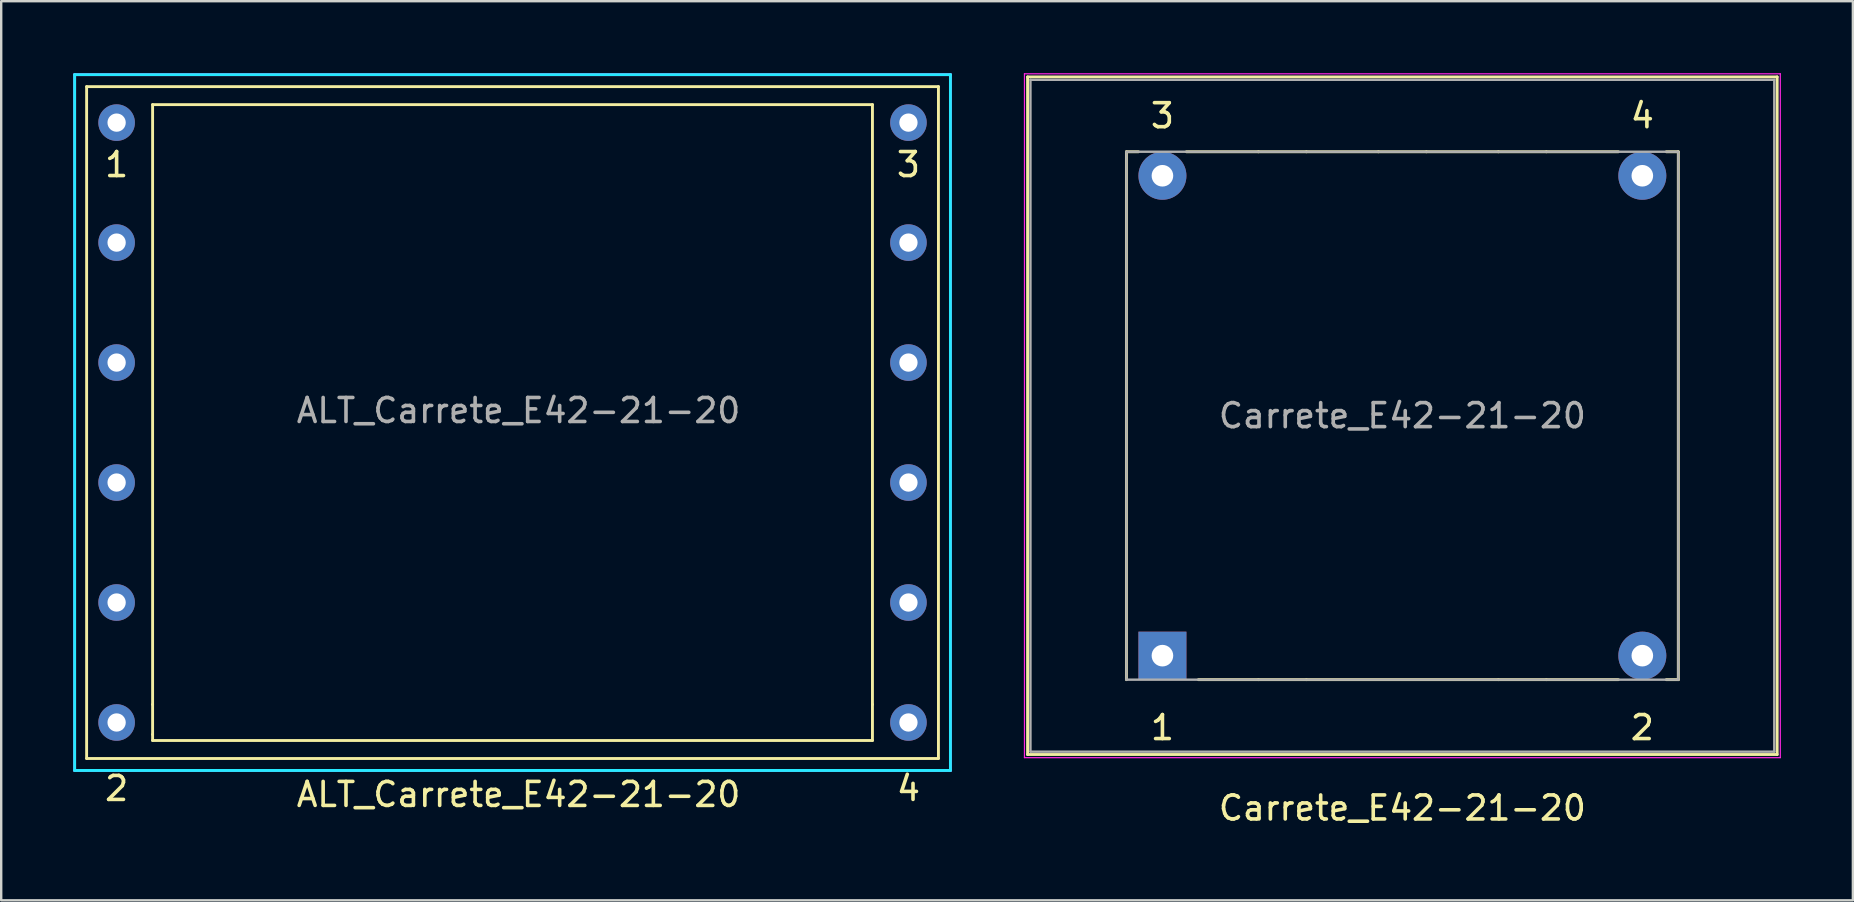
<source format=kicad_pcb>
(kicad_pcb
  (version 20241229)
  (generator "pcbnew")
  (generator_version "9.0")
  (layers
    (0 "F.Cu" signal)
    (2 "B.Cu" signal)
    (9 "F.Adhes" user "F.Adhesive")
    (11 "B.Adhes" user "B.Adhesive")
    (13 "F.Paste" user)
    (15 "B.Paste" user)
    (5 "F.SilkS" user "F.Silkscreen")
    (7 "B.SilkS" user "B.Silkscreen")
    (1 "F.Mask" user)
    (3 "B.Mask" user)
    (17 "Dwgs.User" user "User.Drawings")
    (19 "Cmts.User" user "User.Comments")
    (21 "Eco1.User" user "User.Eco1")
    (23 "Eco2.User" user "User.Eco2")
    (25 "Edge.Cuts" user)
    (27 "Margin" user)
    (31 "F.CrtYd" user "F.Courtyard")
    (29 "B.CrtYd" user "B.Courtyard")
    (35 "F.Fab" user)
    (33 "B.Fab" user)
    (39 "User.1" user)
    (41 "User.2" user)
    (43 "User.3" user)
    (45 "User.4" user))
  (footprint "ALT_Carrete_E42-21-20"
    (layer "F.Cu")
    (at 1.81 27.06)
    (property "Reference" "ALT_Carrete_E42-21-20" (at 16.75 3 0) (layer "F.SilkS") (effects (font (size 1 1) (thickness 0.15))))
    (attr through_hole)
    (fp_line (start -1.25 -26.5) (end -1.25 1.5) (stroke (width 0.12) (type solid)) (layer "F.SilkS"))
    (fp_line (start -1.25 1.5) (end 34.25 1.5) (stroke (width 0.12) (type solid)) (layer "F.SilkS"))
    (fp_line (start 1.5 -25.75) (end 31.5 -25.75) (stroke (width 0.12) (type solid)) (layer "F.SilkS"))
    (fp_line (start 1.5 -0.75) (end 1.5 -25.75) (stroke (width 0.12) (type solid)) (layer "F.SilkS"))
    (fp_line (start 1.5 0.5) (end 1.5 -0.75) (stroke (width 0.12) (type solid)) (layer "F.SilkS"))
    (fp_line (start 1.5 0.75) (end 1.5 0.5) (stroke (width 0.12) (type solid)) (layer "F.SilkS"))
    (fp_line (start 31.5 -25.75) (end 31.5 -0.75) (stroke (width 0.12) (type solid)) (layer "F.SilkS"))
    (fp_line (start 31.5 -0.75) (end 31.5 0.75) (stroke (width 0.12) (type solid)) (layer "F.SilkS"))
    (fp_line (start 31.5 0.75) (end 1.5 0.75) (stroke (width 0.12) (type solid)) (layer "F.SilkS"))
    (fp_line (start 34.25 -26.5) (end -1.25 -26.5) (stroke (width 0.12) (type solid)) (layer "F.SilkS"))
    (fp_line (start 34.25 -26.5) (end 34.25 1.5) (stroke (width 0.12) (type solid)) (layer "F.SilkS"))
    (fp_line (start -1.25 1.5) (end -1.25 -26.5) (stroke (width 0.12) (type solid)) (layer "B.Paste"))
    (fp_line (start 34.25 -26.5) (end -1.25 -26.5) (stroke (width 0.12) (type solid)) (layer "B.Paste"))
    (fp_line (start 34.25 -26.5) (end 34.25 1.5) (stroke (width 0.12) (type solid)) (layer "B.Paste"))
    (fp_line (start 34.25 1.5) (end -1.25 1.5) (stroke (width 0.12) (type solid)) (layer "B.Paste"))
    (fp_line (start -1.75 -27) (end 34.75 -27) (stroke (width 0.12) (type solid)) (layer "B.CrtYd"))
    (fp_line (start -1.75 2) (end -1.75 -27) (stroke (width 0.12) (type solid)) (layer "B.CrtYd"))
    (fp_line (start 34.75 -27) (end 34.75 2) (stroke (width 0.12) (type solid)) (layer "B.CrtYd"))
    (fp_line (start 34.75 2) (end -1.75 2) (stroke (width 0.12) (type solid)) (layer "B.CrtYd"))
    (fp_line (start -1.75 -27) (end 34.75 -27) (stroke (width 0.12) (type solid)) (layer "F.CrtYd"))
    (fp_line (start -1.75 2) (end -1.75 -27) (stroke (width 0.12) (type solid)) (layer "F.CrtYd"))
    (fp_line (start 34.75 -27) (end 34.75 2) (stroke (width 0.12) (type solid)) (layer "F.CrtYd"))
    (fp_line (start 34.75 2) (end -1.75 2) (stroke (width 0.12) (type solid)) (layer "F.CrtYd"))
    (fp_text user "2" (at 0 2.75 0) (layer "F.SilkS") (effects (font (size 1 1) (thickness 0.15))))
    (fp_text user "4" (at 33 2.75 0) (layer "F.SilkS") (effects (font (size 1 1) (thickness 0.15))))
    (fp_text user "3" (at 33 -23.25 0) (layer "F.SilkS") (effects (font (size 1 1) (thickness 0.15))))
    (fp_text user "1" (at 0 -23.25 0) (layer "F.SilkS") (effects (font (size 1 1) (thickness 0.15))))
    (fp_text user "${REFERENCE}" (at 16.75 -13 0) (layer "F.Fab") (effects (font (size 1 1) (thickness 0.15))))
    (pad "1" thru_hole circle (at 0 -25) (size 1.524 1.524) (drill 0.762) (layers "*.Cu" "*.Mask"))
    (pad "2" thru_hole circle (at 0 0) (size 1.524 1.524) (drill 0.762) (layers "*.Cu" "*.Mask"))
    (pad "3" thru_hole circle (at 33 -25) (size 1.524 1.524) (drill 0.762) (layers "*.Cu" "*.Mask"))
    (pad "4" thru_hole circle (at 33 0) (size 1.524 1.524) (drill 0.762) (layers "*.Cu" "*.Mask"))
    (pad "5" thru_hole circle (at 0 -20) (size 1.524 1.524) (drill 0.762) (layers "*.Cu" "*.Mask"))
    (pad "6" thru_hole circle (at 0 -5) (size 1.524 1.524) (drill 0.762) (layers "*.Cu" "*.Mask"))
    (pad "7" thru_hole circle (at 33 -20) (size 1.524 1.524) (drill 0.762) (layers "*.Cu" "*.Mask"))
    (pad "8" thru_hole circle (at 33 -5) (size 1.524 1.524) (drill 0.762) (layers "*.Cu" "*.Mask"))
    (pad "9" thru_hole circle (at 0 -15) (size 1.524 1.524) (drill 0.762) (layers "*.Cu" "*.Mask"))
    (pad "10" thru_hole circle (at 0 -10) (size 1.524 1.524) (drill 0.762) (layers "*.Cu" "*.Mask"))
    (pad "11" thru_hole circle (at 33 -15) (size 1.524 1.524) (drill 0.762) (layers "*.Cu" "*.Mask"))
    (pad "12" thru_hole circle (at 33 -10) (size 1.524 1.524) (drill 0.762) (layers "*.Cu" "*.Mask")))
  (footprint "Carrete_E42-21-20"
    (layer "F.Cu")
    (at 45.395 24.275)
    (property "Reference" "Carrete_E42-21-20" (at 10 6.35 0) (layer "F.SilkS") (effects (font (size 1 1) (thickness 0.15))))
    (attr through_hole)
    (fp_line (start -5.62 -24.12) (end -5.62 4.12) (stroke (width 0.12) (type solid)) (layer "F.SilkS"))
    (fp_line (start -5.62 -24.12) (end 25.62 -24.12) (stroke (width 0.12) (type solid)) (layer "F.SilkS"))
    (fp_line (start -1.5 -21) (end -1.5 1) (stroke (width 0.12) (type solid)) (layer "F.SilkS"))
    (fp_line (start -1 -21) (end -1.5 -21) (stroke (width 0.12) (type solid)) (layer "F.SilkS"))
    (fp_line (start 1.5 1) (end 4 1) (stroke (width 0.12) (type solid)) (layer "F.SilkS"))
    (fp_line (start 4 -21) (end 1 -21) (stroke (width 0.12) (type solid)) (layer "F.SilkS"))
    (fp_line (start 4 1) (end 6 1) (stroke (width 0.12) (type solid)) (layer "F.SilkS"))
    (fp_line (start 6 -21) (end 4 -21) (stroke (width 0.12) (type solid)) (layer "F.SilkS"))
    (fp_line (start 6 1) (end 14 1) (stroke (width 0.12) (type solid)) (layer "F.SilkS"))
    (fp_line (start 9 -21) (end 6 -21) (stroke (width 0.12) (type solid)) (layer "F.SilkS"))
    (fp_line (start 11 -21) (end 9 -21) (stroke (width 0.12) (type solid)) (layer "F.SilkS"))
    (fp_line (start 14 -21) (end 11 -21) (stroke (width 0.12) (type solid)) (layer "F.SilkS"))
    (fp_line (start 14 1) (end 16 1) (stroke (width 0.12) (type solid)) (layer "F.SilkS"))
    (fp_line (start 16 -21) (end 14 -21) (stroke (width 0.12) (type solid)) (layer "F.SilkS"))
    (fp_line (start 16 1) (end 19 1) (stroke (width 0.12) (type solid)) (layer "F.SilkS"))
    (fp_line (start 19 -21) (end 16 -21) (stroke (width 0.12) (type solid)) (layer "F.SilkS"))
    (fp_line (start 21 1) (end 21.5 1) (stroke (width 0.12) (type solid)) (layer "F.SilkS"))
    (fp_line (start 21.5 -21) (end 21 -21) (stroke (width 0.12) (type solid)) (layer "F.SilkS"))
    (fp_line (start 21.5 1) (end 21.5 -21) (stroke (width 0.12) (type solid)) (layer "F.SilkS"))
    (fp_line (start 25.62 4.12) (end -5.62 4.12) (stroke (width 0.12) (type solid)) (layer "F.SilkS"))
    (fp_line (start 25.62 4.12) (end 25.62 -24.12) (stroke (width 0.12) (type solid)) (layer "F.SilkS"))
    (fp_line (start -5.75 -24.25) (end -5.75 4.25) (stroke (width 0.05) (type solid)) (layer "F.CrtYd"))
    (fp_line (start -5.75 -24.25) (end 25.75 -24.25) (stroke (width 0.05) (type solid)) (layer "F.CrtYd"))
    (fp_line (start 25.75 4.25) (end -5.75 4.25) (stroke (width 0.05) (type solid)) (layer "F.CrtYd"))
    (fp_line (start 25.75 4.25) (end 25.75 -24.25) (stroke (width 0.05) (type solid)) (layer "F.CrtYd"))
    (fp_line (start -5.5 -24) (end 25.5 -24) (stroke (width 0.1) (type solid)) (layer "F.Fab"))
    (fp_line (start -5.5 4) (end -5.5 -24) (stroke (width 0.1) (type solid)) (layer "F.Fab"))
    (fp_line (start -1.5 -21) (end -1.5 1) (stroke (width 0.1) (type solid)) (layer "F.Fab"))
    (fp_line (start -1.5 1) (end 21.5 1) (stroke (width 0.1) (type solid)) (layer "F.Fab"))
    (fp_line (start 21.5 -21) (end -1.5 -21) (stroke (width 0.1) (type solid)) (layer "F.Fab"))
    (fp_line (start 21.5 1) (end 21.5 -21) (stroke (width 0.1) (type solid)) (layer "F.Fab"))
    (fp_line (start 25.5 -24) (end 25.5 4) (stroke (width 0.1) (type solid)) (layer "F.Fab"))
    (fp_line (start 25.5 4) (end -5.5 4) (stroke (width 0.1) (type solid)) (layer "F.Fab"))
    (fp_text user "1" (at 0 3 0) (layer "F.SilkS") (effects (font (size 1 1) (thickness 0.15))))
    (fp_text user "2" (at 20 3 0) (layer "F.SilkS") (effects (font (size 1 1) (thickness 0.15))))
    (fp_text user "3" (at 0 -22.5 0) (layer "F.SilkS") (effects (font (size 1 1) (thickness 0.15))))
    (fp_text user "4" (at 20 -22.5 0) (layer "F.SilkS") (effects (font (size 1 1) (thickness 0.15))))
    (fp_text user "${REFERENCE}" (at 10 -10 0) (layer "F.Fab") (effects (font (size 1 1) (thickness 0.15))))
    (pad "1" thru_hole rect (at 0 0) (size 2 2) (drill 0.9) (layers "*.Cu" "*.Mask"))
    (pad "2" thru_hole circle (at 20 0) (size 2 2) (drill 0.9) (layers "*.Cu" "*.Mask"))
    (pad "3" thru_hole circle (at 0 -20) (size 2 2) (drill 0.9) (layers "*.Cu" "*.Mask"))
    (pad "4" thru_hole circle (at 20 -20) (size 2 2) (drill 0.9) (layers "*.Cu" "*.Mask")))
  (gr_rect
    (start -3 -3)
    (end 74.17 34.473)
    (stroke (width 0.1) (type default))
    (fill no)
    (layer "Edge.Cuts")))
</source>
